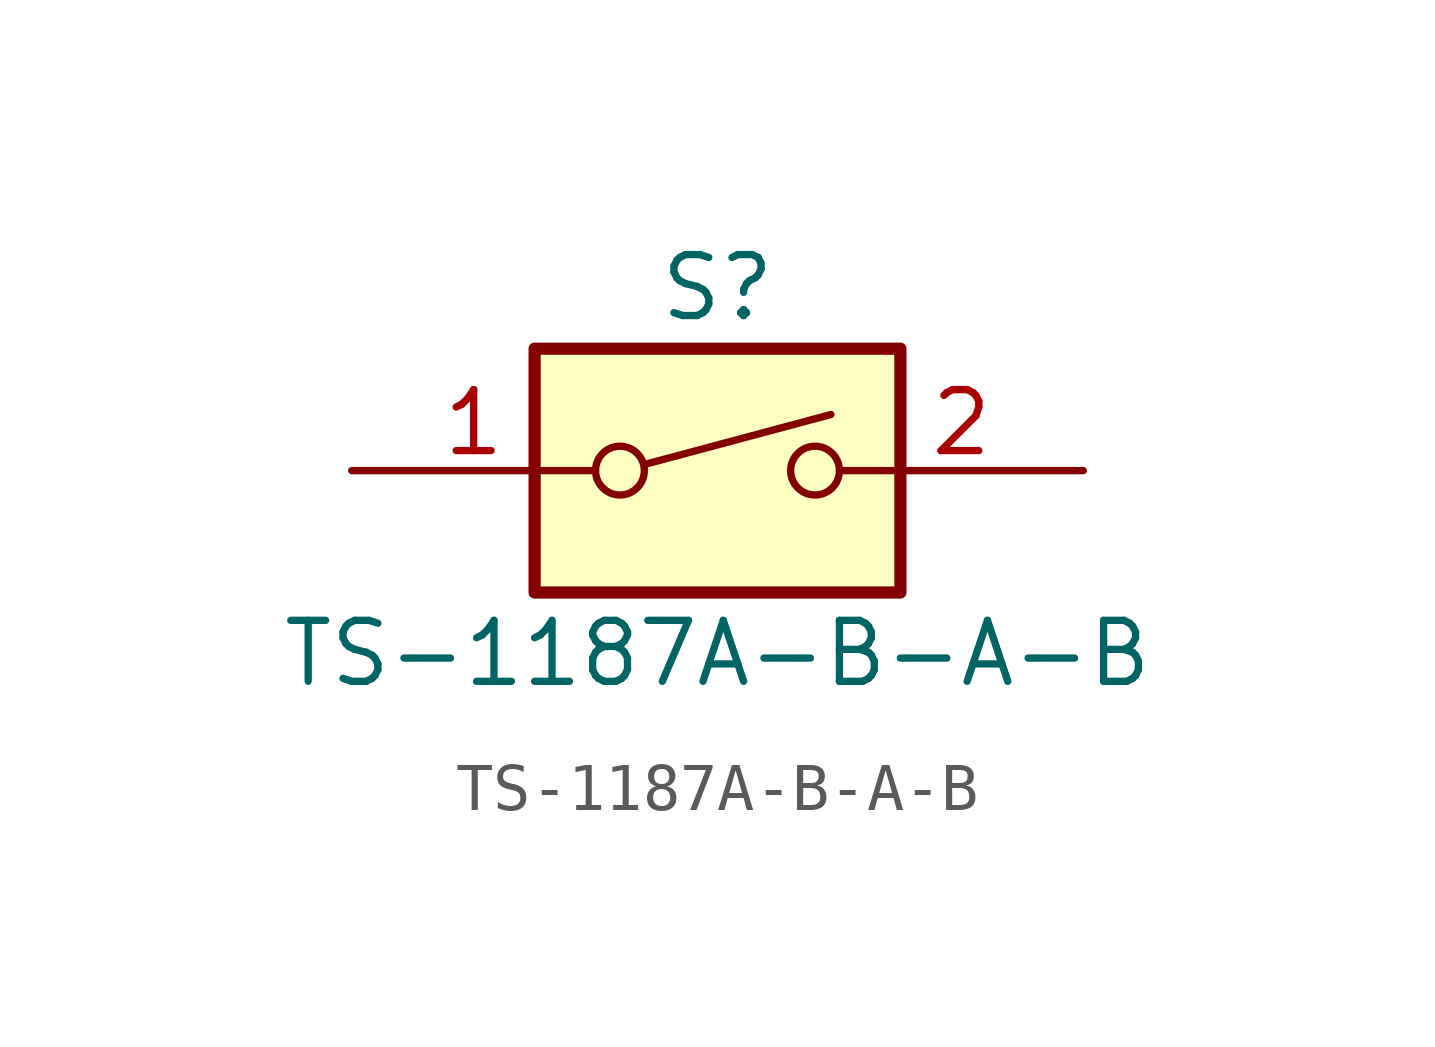
<source format=kicad_sym>
(kicad_symbol_lib
  (version 20220914)
  (generator kicad_db_lib)
  (symbol "TS-1187A-B-A-B"
    (pin_names
      (offset 0) hide)
    (property "Reference" "S"
      (at 0 3.81 0)
      (effects (font (size 1.27 1.27))))
    (property "Value" "TS-1187A-B-A-B"
      (at 0 -3.81 0)
      (effects (font (size 1.27 1.27))))
    (symbol "TS-1187A-B-A-B_0_0"
      (circle (center -2.032 0) (radius 0.508) (stroke (width 0) (type default)) (fill (type none)))
      (polyline (pts (xy -1.524 0.127) (xy 2.362 1.168)) (stroke (width 0) (type default)) (fill (type none)))
      (circle (center 2.032 0) (radius 0.508) (stroke (width 0) (type default)) (fill (type none))))
    (symbol "TS-1187A-B-A-B_0_1"
      (rectangle (start -3.81 2.54) (end 3.81 -2.54) (stroke (width 0.254) (type default)) (fill (type background))))
    (symbol "TS-1187A-B-A-B_1_1"
      (pin passive line (at -7.62 0 0) (length 5.08) (name "~" (effects (font (size 1.27 1.27)))) (number "1" (effects (font (size 1.27 1.27)))))
      (pin passive line (at 7.62 0 180) (length 5.08) (name "~" (effects (font (size 1.27 1.27)))) (number "2" (effects (font (size 1.27 1.27))))))))
</source>
